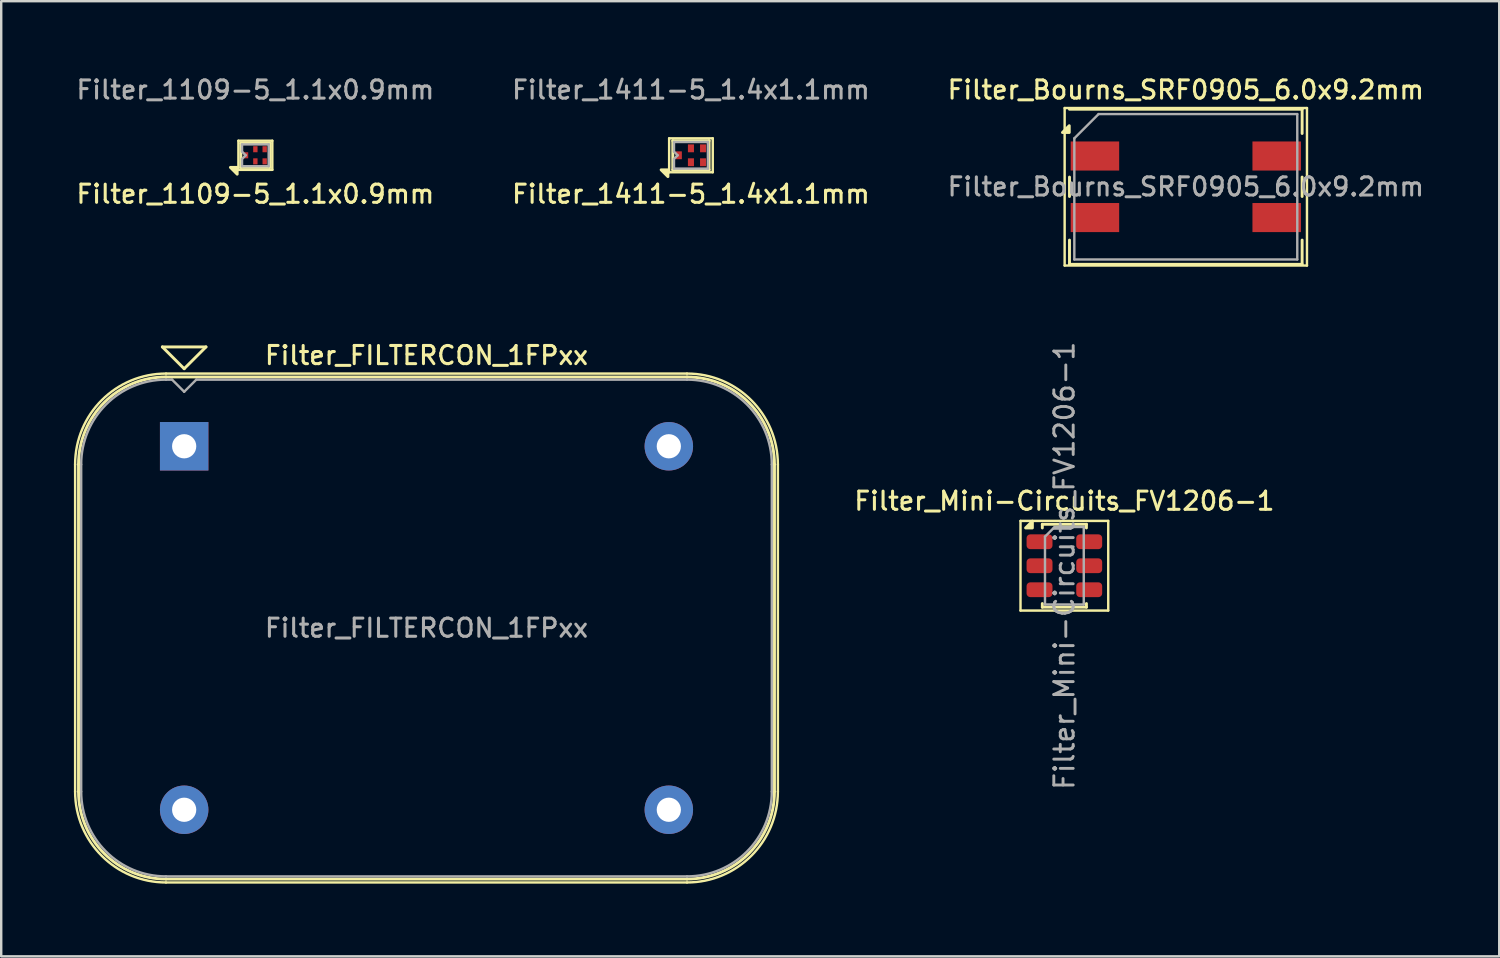
<source format=kicad_pcb>
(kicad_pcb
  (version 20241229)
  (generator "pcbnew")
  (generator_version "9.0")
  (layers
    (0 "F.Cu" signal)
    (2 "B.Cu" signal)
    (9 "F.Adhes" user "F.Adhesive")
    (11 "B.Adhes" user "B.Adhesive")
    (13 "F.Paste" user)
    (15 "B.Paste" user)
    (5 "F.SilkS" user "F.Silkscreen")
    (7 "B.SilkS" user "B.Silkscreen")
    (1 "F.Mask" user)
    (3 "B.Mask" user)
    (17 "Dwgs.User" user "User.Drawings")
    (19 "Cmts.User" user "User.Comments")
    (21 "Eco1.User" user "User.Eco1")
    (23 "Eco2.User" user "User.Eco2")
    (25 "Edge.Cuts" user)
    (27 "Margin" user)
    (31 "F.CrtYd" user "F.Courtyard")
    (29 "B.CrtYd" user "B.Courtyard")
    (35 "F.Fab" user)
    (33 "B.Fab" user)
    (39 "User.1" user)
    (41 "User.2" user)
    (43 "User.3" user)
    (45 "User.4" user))
  (footprint "Filter_Bourns_SRF0905_6.0x9.2mm"
    (layer "F.Cu")
    (at 45.884 4.658)
    (property "Reference" "Filter_Bourns_SRF0905_6.0x9.2mm" (at 0 -4 180) (layer "F.SilkS") (effects (font (size 0.75 0.75) (thickness 0.125))))
    (attr smd)
    (fp_line (start -5 -3.25) (end -5 3.25) (stroke (width 0.1) (type solid)) (layer "F.SilkS"))
    (fp_line (start -5 -3.25) (end 5 -3.25) (stroke (width 0.1) (type solid)) (layer "F.SilkS"))
    (fp_line (start -4.8 -0.4) (end -4.8 0.4) (stroke (width 0.12) (type solid)) (layer "F.SilkS"))
    (fp_line (start -4.8 2.2) (end -4.8 3.2) (stroke (width 0.12) (type solid)) (layer "F.SilkS"))
    (fp_line (start -4.8 3.2) (end 4.8 3.2) (stroke (width 0.12) (type solid)) (layer "F.SilkS"))
    (fp_line (start 4.8 -3.2) (end -4.8 -3.2) (stroke (width 0.12) (type solid)) (layer "F.SilkS"))
    (fp_line (start 4.8 -2.2) (end 4.8 -3.2) (stroke (width 0.12) (type solid)) (layer "F.SilkS"))
    (fp_line (start 4.8 -0.4) (end 4.8 0.4) (stroke (width 0.12) (type solid)) (layer "F.SilkS"))
    (fp_line (start 4.8 3.2) (end 4.8 2.2) (stroke (width 0.12) (type solid)) (layer "F.SilkS"))
    (fp_line (start 5 3.25) (end -5 3.25) (stroke (width 0.1) (type solid)) (layer "F.SilkS"))
    (fp_line (start 5 3.25) (end 5 -3.25) (stroke (width 0.1) (type solid)) (layer "F.SilkS"))
    (fp_poly (pts (xy -4.81 -2.24) (xy -5.09 -2.24) (xy -4.81 -2.52) (xy -4.81 -2.24)) (stroke (width 0.12) (type solid)) (fill yes) (layer "F.SilkS"))
    (fp_line (start -4.6 -2) (end -3.6 -3) (stroke (width 0.1) (type solid)) (layer "F.Fab"))
    (fp_line (start -4.6 3) (end -4.6 -2) (stroke (width 0.1) (type solid)) (layer "F.Fab"))
    (fp_line (start -3.6 -3) (end 4.6 -3) (stroke (width 0.1) (type solid)) (layer "F.Fab"))
    (fp_line (start 4.6 -3) (end 4.6 3) (stroke (width 0.1) (type solid)) (layer "F.Fab"))
    (fp_line (start 4.6 3) (end -4.6 3) (stroke (width 0.1) (type solid)) (layer "F.Fab"))
    (fp_text user "${REFERENCE}" (at 0 0 0) (layer "F.Fab") (effects (font (size 0.75 0.75) (thickness 0.125))))
    (pad "1" smd rect (at -3.75 -1.27) (size 2 1.2) (layers "F.Cu" "F.Mask" "F.Paste"))
    (pad "2" smd rect (at -3.75 1.27) (size 2 1.2) (layers "F.Cu" "F.Mask" "F.Paste"))
    (pad "3" smd rect (at 3.75 1.27) (size 2 1.2) (layers "F.Cu" "F.Mask" "F.Paste"))
    (pad "4" smd rect (at 3.75 -1.27) (size 2 1.2) (layers "F.Cu" "F.Mask" "F.Paste")))
  (footprint "Filter_FILTERCON_1FPxx"
    (layer "F.Cu")
    (at 4.55 15.366)
    (property "Reference" "Filter_FILTERCON_1FPxx" (at 10 -3.75 0) (layer "F.SilkS") (effects (font (size 0.75 0.75) (thickness 0.125))))
    (attr through_hole)
    (fp_line (start -4.5 14.25) (end -4.5 0.75) (stroke (width 0.1) (type solid)) (layer "F.SilkS"))
    (fp_line (start -4.36 14.25) (end -4.36 0.75) (stroke (width 0.12) (type solid)) (layer "F.SilkS"))
    (fp_line (start -0.9 -4.1) (end 0.9 -4.1) (stroke (width 0.12) (type solid)) (layer "F.SilkS"))
    (fp_line (start -0.75 -3) (end 20.75 -3) (stroke (width 0.1) (type solid)) (layer "F.SilkS"))
    (fp_line (start -0.75 -2.86) (end 20.75 -2.86) (stroke (width 0.12) (type solid)) (layer "F.SilkS"))
    (fp_line (start 0 -3.2) (end -0.9 -4.1) (stroke (width 0.12) (type solid)) (layer "F.SilkS"))
    (fp_line (start 0.9 -4.1) (end 0 -3.2) (stroke (width 0.12) (type solid)) (layer "F.SilkS"))
    (fp_line (start 20.75 17.86) (end -0.75 17.86) (stroke (width 0.12) (type solid)) (layer "F.SilkS"))
    (fp_line (start 20.75 18) (end -0.75 18) (stroke (width 0.1) (type solid)) (layer "F.SilkS"))
    (fp_line (start 24.36 0.75) (end 24.36 14.25) (stroke (width 0.12) (type solid)) (layer "F.SilkS"))
    (fp_line (start 24.5 0.75) (end 24.5 14.25) (stroke (width 0.1) (type solid)) (layer "F.SilkS"))
    (fp_arc (start -4.5 0.75) (mid -3.40165 -1.90165) (end -0.75 -3) (stroke (width 0.1) (type solid)) (layer "F.SilkS"))
    (fp_arc (start -4.36 0.75) (mid -3.302655 -1.802655) (end -0.75 -2.86) (stroke (width 0.12) (type solid)) (layer "F.SilkS"))
    (fp_arc (start -0.75 17.86) (mid -3.302655 16.802655) (end -4.36 14.25) (stroke (width 0.12) (type solid)) (layer "F.SilkS"))
    (fp_arc (start -0.75 18) (mid -3.40165 16.90165) (end -4.5 14.25) (stroke (width 0.1) (type solid)) (layer "F.SilkS"))
    (fp_arc (start 20.75 -3) (mid 23.40165 -1.90165) (end 24.5 0.75) (stroke (width 0.1) (type solid)) (layer "F.SilkS"))
    (fp_arc (start 20.75 -2.86) (mid 23.302655 -1.802655) (end 24.36 0.75) (stroke (width 0.12) (type solid)) (layer "F.SilkS"))
    (fp_arc (start 24.36 14.25) (mid 23.302655 16.802655) (end 20.75 17.86) (stroke (width 0.12) (type solid)) (layer "F.SilkS"))
    (fp_arc (start 24.5 14.25) (mid 23.40165 16.90165) (end 20.75 18) (stroke (width 0.1) (type solid)) (layer "F.SilkS"))
    (fp_line (start -4.25 0.75) (end -4.25 14.25) (stroke (width 0.1) (type solid)) (layer "F.Fab"))
    (fp_line (start -0.75 -2.75) (end -0.5 -2.75) (stroke (width 0.1) (type solid)) (layer "F.Fab"))
    (fp_line (start -0.75 17.75) (end 20.75 17.75) (stroke (width 0.1) (type solid)) (layer "F.Fab"))
    (fp_line (start -0.5 -2.75) (end 0 -2.25) (stroke (width 0.1) (type solid)) (layer "F.Fab"))
    (fp_line (start 0 -2.25) (end 0.5 -2.75) (stroke (width 0.1) (type solid)) (layer "F.Fab"))
    (fp_line (start 0.5 -2.75) (end 20.75 -2.75) (stroke (width 0.1) (type solid)) (layer "F.Fab"))
    (fp_line (start 24.25 0.75) (end 24.25 14.25) (stroke (width 0.1) (type solid)) (layer "F.Fab"))
    (fp_arc (start -4.25 0.75) (mid -3.224874 -1.724874) (end -0.75 -2.75) (stroke (width 0.1) (type solid)) (layer "F.Fab"))
    (fp_arc (start -0.75 17.75) (mid -3.224874 16.724874) (end -4.25 14.25) (stroke (width 0.1) (type solid)) (layer "F.Fab"))
    (fp_arc (start 20.75 -2.75) (mid 23.224874 -1.724874) (end 24.25 0.75) (stroke (width 0.1) (type solid)) (layer "F.Fab"))
    (fp_arc (start 24.25 14.25) (mid 23.224874 16.724874) (end 20.75 17.75) (stroke (width 0.1) (type solid)) (layer "F.Fab"))
    (fp_text user "${REFERENCE}" (at 10 7.5 0) (layer "F.Fab") (effects (font (size 0.75 0.75) (thickness 0.125))))
    (pad "1" thru_hole rect (at 0 0) (size 2 2) (drill 1) (layers "*.Cu" "*.Mask"))
    (pad "2" thru_hole circle (at 20 0) (size 2 2) (drill 1) (layers "*.Cu" "*.Mask"))
    (pad "3" thru_hole circle (at 0 15) (size 2 2) (drill 1) (layers "*.Cu" "*.Mask"))
    (pad "4" thru_hole circle (at 20 15) (size 2 2) (drill 1) (layers "*.Cu" "*.Mask")))
  (footprint "Filter_Mini-Circuits_FV1206-1"
    (layer "F.Cu")
    (at 40.873 20.296)
    (property "Reference" "Filter_Mini-Circuits_FV1206-1" (at 0 -2.67 0) (layer "F.SilkS") (effects (font (size 0.75 0.75) (thickness 0.125))))
    (attr smd)
    (fp_line (start -1.81 -1.85) (end 1.81 -1.85) (stroke (width 0.1) (type solid)) (layer "F.SilkS"))
    (fp_line (start -1.81 1.85) (end -1.81 -1.85) (stroke (width 0.1) (type solid)) (layer "F.SilkS"))
    (fp_line (start -0.91 -1.56) (end -0.91 -1.71) (stroke (width 0.12) (type solid)) (layer "F.SilkS"))
    (fp_line (start -0.91 1.71) (end -0.91 1.56) (stroke (width 0.12) (type solid)) (layer "F.SilkS"))
    (fp_line (start 0.91 -1.71) (end -0.91 -1.71) (stroke (width 0.12) (type solid)) (layer "F.SilkS"))
    (fp_line (start 0.91 -1.56) (end 0.91 -1.71) (stroke (width 0.12) (type solid)) (layer "F.SilkS"))
    (fp_line (start 0.91 1.71) (end -0.91 1.71) (stroke (width 0.12) (type solid)) (layer "F.SilkS"))
    (fp_line (start 0.91 1.71) (end 0.91 1.56) (stroke (width 0.12) (type solid)) (layer "F.SilkS"))
    (fp_line (start 1.81 -1.85) (end 1.81 1.85) (stroke (width 0.1) (type solid)) (layer "F.SilkS"))
    (fp_line (start 1.81 1.85) (end -1.81 1.85) (stroke (width 0.1) (type solid)) (layer "F.SilkS"))
    (fp_poly (pts (xy -1.32 -1.56) (xy -1.6 -1.56) (xy -1.32 -1.84) (xy -1.32 -1.56)) (stroke (width 0.12) (type solid)) (fill yes) (layer "F.SilkS"))
    (fp_line (start -0.8 -1.2) (end -0.8 1.6) (stroke (width 0.1) (type solid)) (layer "F.Fab"))
    (fp_line (start -0.8 -1.2) (end -0.4 -1.6) (stroke (width 0.1) (type solid)) (layer "F.Fab"))
    (fp_line (start -0.8 1.6) (end 0.8 1.6) (stroke (width 0.1) (type solid)) (layer "F.Fab"))
    (fp_line (start 0.8 -1.6) (end -0.4 -1.6) (stroke (width 0.1) (type solid)) (layer "F.Fab"))
    (fp_line (start 0.8 1.6) (end 0.8 -1.6) (stroke (width 0.1) (type solid)) (layer "F.Fab"))
    (fp_text user "${REFERENCE}" (at 0 0 270) (layer "F.Fab") (effects (font (size 0.8 0.8) (thickness 0.12))))
    (pad "1" smd roundrect (at -1.025 -0.99) (size 1.07 0.61) (layers "F.Cu" "F.Mask" "F.Paste") (roundrect_rratio 0.25))
    (pad "2" smd roundrect (at -1.025 0) (size 1.07 0.61) (layers "F.Cu" "F.Mask" "F.Paste") (roundrect_rratio 0.25))
    (pad "3" smd roundrect (at -1.025 0.99) (size 1.07 0.61) (layers "F.Cu" "F.Mask" "F.Paste") (roundrect_rratio 0.25))
    (pad "4" smd roundrect (at 1.025 0.99) (size 1.07 0.61) (layers "F.Cu" "F.Mask" "F.Paste") (roundrect_rratio 0.25))
    (pad "5" smd roundrect (at 1.025 0) (size 1.07 0.61) (layers "F.Cu" "F.Mask" "F.Paste") (roundrect_rratio 0.25))
    (pad "6" smd roundrect (at 1.025 -0.99) (size 1.07 0.61) (layers "F.Cu" "F.Mask" "F.Paste") (roundrect_rratio 0.25)))
  (footprint "Filter_1109-5_1.1x0.9mm"
    (layer "F.Cu")
    (at 7.488 3.358)
    (property "Reference" "Filter_1109-5_1.1x0.9mm" (at 0 1.6 0) (layer "F.SilkS") (effects (font (size 0.75 0.75) (thickness 0.125))))
    (attr smd)
    (fp_line (start -0.7 -0.6) (end 0.7 -0.6) (stroke (width 0.1) (type solid)) (layer "F.SilkS"))
    (fp_line (start -0.7 0.6) (end -0.7 -0.6) (stroke (width 0.1) (type solid)) (layer "F.SilkS"))
    (fp_line (start -0.6 -0.5) (end -0.6 0.5) (stroke (width 0.12) (type solid)) (layer "F.SilkS"))
    (fp_line (start -0.6 0.5) (end 0.6 0.5) (stroke (width 0.12) (type solid)) (layer "F.SilkS"))
    (fp_line (start 0.6 -0.5) (end -0.6 -0.5) (stroke (width 0.12) (type solid)) (layer "F.SilkS"))
    (fp_line (start 0.6 0.5) (end 0.6 -0.5) (stroke (width 0.12) (type solid)) (layer "F.SilkS"))
    (fp_line (start 0.7 -0.6) (end 0.7 0.6) (stroke (width 0.1) (type solid)) (layer "F.SilkS"))
    (fp_line (start 0.7 0.6) (end -0.7 0.6) (stroke (width 0.1) (type solid)) (layer "F.SilkS"))
    (fp_poly (pts (xy -0.75 0.5) (xy -0.75 0.78) (xy -1.03 0.5) (xy -0.75 0.5)) (stroke (width 0.12) (type solid)) (fill yes) (layer "F.SilkS"))
    (fp_line (start -0.55 -0.45) (end -0.55 -0.15) (stroke (width 0.1) (type solid)) (layer "F.Fab"))
    (fp_line (start -0.55 -0.45) (end 0.55 -0.45) (stroke (width 0.1) (type solid)) (layer "F.Fab"))
    (fp_line (start -0.55 -0.15) (end -0.4 0) (stroke (width 0.1) (type solid)) (layer "F.Fab"))
    (fp_line (start -0.55 0.15) (end -0.55 0.45) (stroke (width 0.1) (type solid)) (layer "F.Fab"))
    (fp_line (start -0.4 0) (end -0.55 0.15) (stroke (width 0.1) (type solid)) (layer "F.Fab"))
    (fp_line (start 0.55 -0.45) (end 0.55 0.45) (stroke (width 0.1) (type solid)) (layer "F.Fab"))
    (fp_line (start 0.55 0.45) (end -0.55 0.45) (stroke (width 0.1) (type solid)) (layer "F.Fab"))
    (fp_text user "${REFERENCE}" (at 0 -2.7 0) (layer "F.Fab") (effects (font (size 0.75 0.75) (thickness 0.125))))
    (pad "1" smd rect (at -0.385 0 90) (size 0.25 0.18) (layers "F.Cu" "F.Mask" "F.Paste"))
    (pad "2" smd rect (at 0 0.25 90) (size 0.25 0.18) (layers "F.Cu" "F.Mask" "F.Paste"))
    (pad "3" smd rect (at 0.385 0.25 90) (size 0.25 0.18) (layers "F.Cu" "F.Mask" "F.Paste"))
    (pad "4" smd rect (at 0.385 -0.25 90) (size 0.25 0.18) (layers "F.Cu" "F.Mask" "F.Paste"))
    (pad "5" smd rect (at 0 -0.25 90) (size 0.25 0.18) (layers "F.Cu" "F.Mask" "F.Paste")))
  (footprint "Filter_1411-5_1.4x1.1mm"
    (layer "F.Cu")
    (at 25.463 3.358)
    (property "Reference" "Filter_1411-5_1.4x1.1mm" (at 0 1.6 0) (layer "F.SilkS") (effects (font (size 0.75 0.75) (thickness 0.125))))
    (attr smd)
    (fp_line (start -0.9 -0.7) (end 0.9 -0.7) (stroke (width 0.1) (type solid)) (layer "F.SilkS"))
    (fp_line (start -0.9 0.7) (end -0.9 -0.7) (stroke (width 0.1) (type solid)) (layer "F.SilkS"))
    (fp_line (start -0.75 -0.6) (end -0.75 0.6) (stroke (width 0.12) (type solid)) (layer "F.SilkS"))
    (fp_line (start -0.75 0.6) (end 0.75 0.6) (stroke (width 0.12) (type solid)) (layer "F.SilkS"))
    (fp_line (start 0.75 -0.6) (end -0.75 -0.6) (stroke (width 0.12) (type solid)) (layer "F.SilkS"))
    (fp_line (start 0.75 0.6) (end 0.75 -0.6) (stroke (width 0.12) (type solid)) (layer "F.SilkS"))
    (fp_line (start 0.9 -0.7) (end 0.9 0.7) (stroke (width 0.1) (type solid)) (layer "F.SilkS"))
    (fp_line (start 0.9 0.7) (end -0.9 0.7) (stroke (width 0.1) (type solid)) (layer "F.SilkS"))
    (fp_poly (pts (xy -0.95 0.6) (xy -0.95 0.88) (xy -1.23 0.6) (xy -0.95 0.6)) (stroke (width 0.12) (type solid)) (fill yes) (layer "F.SilkS"))
    (fp_line (start -0.7 -0.55) (end -0.7 -0.15) (stroke (width 0.1) (type solid)) (layer "F.Fab"))
    (fp_line (start -0.7 -0.55) (end 0.7 -0.55) (stroke (width 0.1) (type solid)) (layer "F.Fab"))
    (fp_line (start -0.7 -0.15) (end -0.55 0) (stroke (width 0.1) (type solid)) (layer "F.Fab"))
    (fp_line (start -0.7 0.15) (end -0.7 0.55) (stroke (width 0.1) (type solid)) (layer "F.Fab"))
    (fp_line (start -0.55 0) (end -0.7 0.15) (stroke (width 0.1) (type solid)) (layer "F.Fab"))
    (fp_line (start 0.7 -0.55) (end 0.7 0.55) (stroke (width 0.1) (type solid)) (layer "F.Fab"))
    (fp_line (start 0.7 0.55) (end -0.7 0.55) (stroke (width 0.1) (type solid)) (layer "F.Fab"))
    (fp_text user "${REFERENCE}" (at 0 -2.7 0) (layer "F.Fab") (effects (font (size 0.75 0.75) (thickness 0.125))))
    (pad "1" smd rect (at -0.5 0 90) (size 0.325 0.25) (layers "F.Cu" "F.Mask" "F.Paste"))
    (pad "2" smd rect (at 0 0.287 90) (size 0.325 0.25) (layers "F.Cu" "F.Mask" "F.Paste"))
    (pad "3" smd rect (at 0.5 0.287 90) (size 0.325 0.25) (layers "F.Cu" "F.Mask" "F.Paste"))
    (pad "4" smd rect (at 0.5 -0.287 90) (size 0.325 0.25) (layers "F.Cu" "F.Mask" "F.Paste"))
    (pad "5" smd rect (at 0 -0.287 90) (size 0.325 0.25) (layers "F.Cu" "F.Mask" "F.Paste")))
  (gr_rect
    (start -3 -3)
    (end 58.818 36.416)
    (stroke (width 0.1) (type default))
    (fill no)
    (layer "Edge.Cuts")))
</source>
